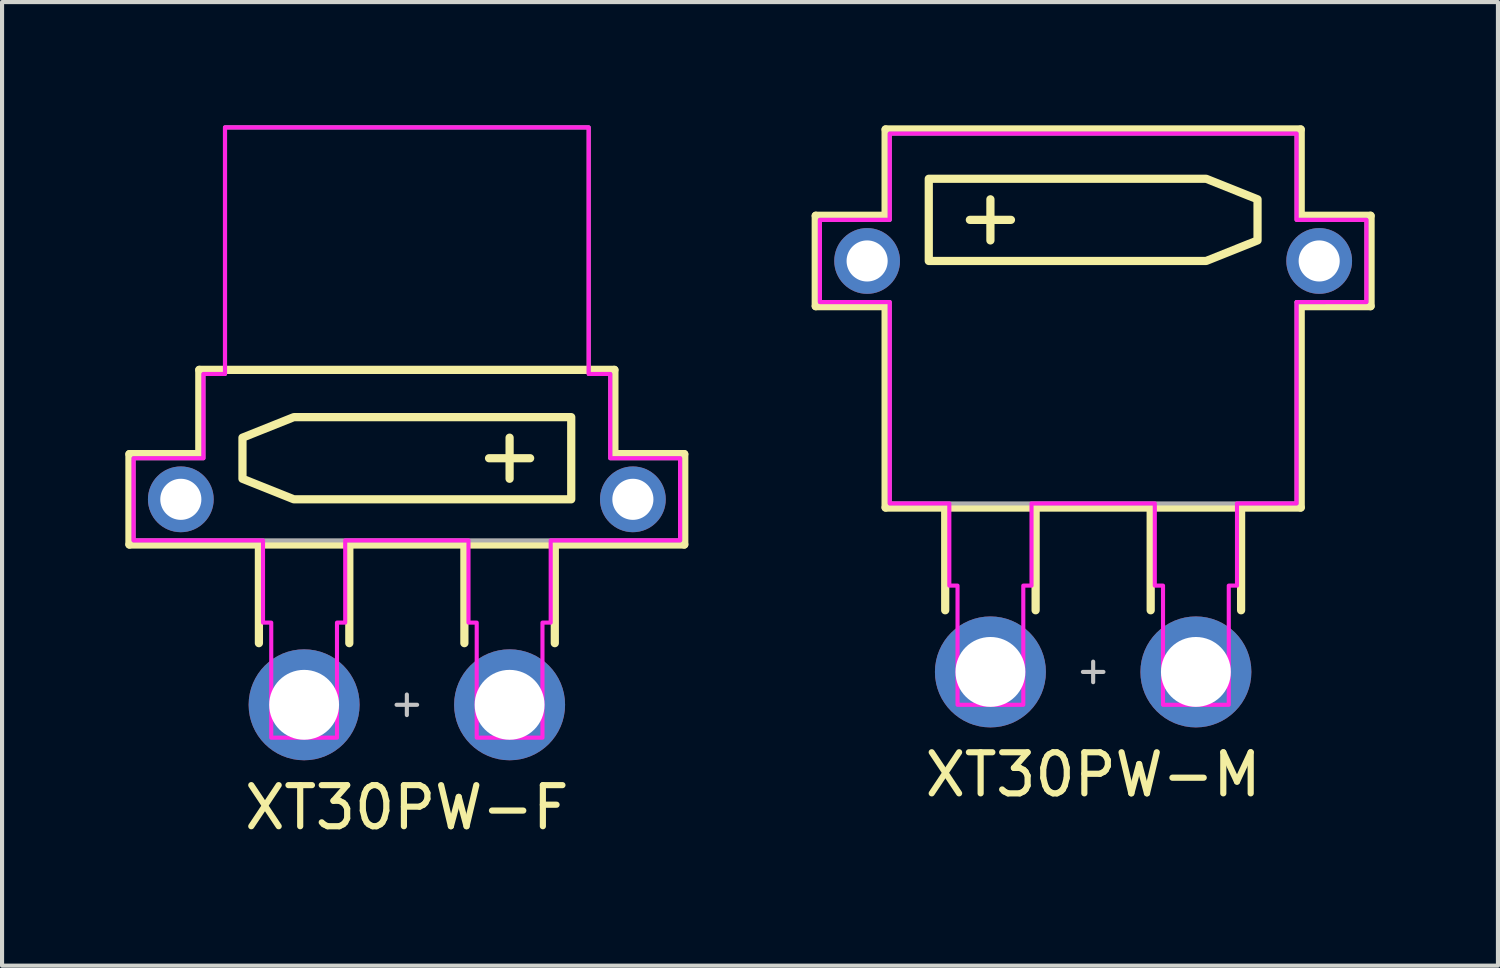
<source format=kicad_pcb>
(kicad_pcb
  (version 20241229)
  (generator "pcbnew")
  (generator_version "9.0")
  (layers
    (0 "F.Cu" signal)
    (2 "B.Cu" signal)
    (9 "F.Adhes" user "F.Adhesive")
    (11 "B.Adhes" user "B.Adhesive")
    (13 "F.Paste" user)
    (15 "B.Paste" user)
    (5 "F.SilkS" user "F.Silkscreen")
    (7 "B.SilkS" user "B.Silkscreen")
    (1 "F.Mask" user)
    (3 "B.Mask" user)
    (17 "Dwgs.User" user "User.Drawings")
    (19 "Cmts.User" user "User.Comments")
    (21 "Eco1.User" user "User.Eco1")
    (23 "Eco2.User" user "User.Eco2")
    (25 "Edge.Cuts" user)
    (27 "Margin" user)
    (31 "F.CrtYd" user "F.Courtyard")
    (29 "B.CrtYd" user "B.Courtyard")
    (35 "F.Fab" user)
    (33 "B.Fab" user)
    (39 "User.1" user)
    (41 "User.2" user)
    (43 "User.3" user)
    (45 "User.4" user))
  (footprint "XT30PW-F"
    (layer "F.Cu")
    (at 6.85 14.1)
    (property "Reference" "XT30PW-F" (at 0 2.5 0) (layer "F.SilkS") (effects (font (size 1 1) (thickness 0.15))))
    (attr through_hole)
    (fp_line (start -6.75 -6.1) (end -5.05 -6.1) (stroke (width 0.2) (type solid)) (layer "F.SilkS"))
    (fp_line (start -6.75 -3.9) (end -6.75 -6.1) (stroke (width 0.2) (type solid)) (layer "F.SilkS"))
    (fp_line (start -5.05 -8.15) (end 5.05 -8.15) (stroke (width 0.2) (type solid)) (layer "F.SilkS"))
    (fp_line (start -5.05 -6.1) (end -5.05 -8.15) (stroke (width 0.2) (type solid)) (layer "F.SilkS"))
    (fp_line (start -3.6 -1.5) (end -3.6 -3.9) (stroke (width 0.2) (type solid)) (layer "F.SilkS"))
    (fp_line (start -1.4 -3.9) (end -1.4 -1.5) (stroke (width 0.2) (type solid)) (layer "F.SilkS"))
    (fp_line (start 1.4 -3.9) (end 1.4 -1.5) (stroke (width 0.2) (type solid)) (layer "F.SilkS"))
    (fp_line (start 2 -6) (end 3 -6) (stroke (width 0.2) (type solid)) (layer "F.SilkS"))
    (fp_line (start 2.5 -6.5) (end 2.5 -5.5) (stroke (width 0.2) (type solid)) (layer "F.SilkS"))
    (fp_line (start 3.6 -3.9) (end 3.6 -1.5) (stroke (width 0.2) (type solid)) (layer "F.SilkS"))
    (fp_line (start 5.05 -8.15) (end 5.05 -6.1) (stroke (width 0.2) (type solid)) (layer "F.SilkS"))
    (fp_line (start 5.05 -6.1) (end 6.75 -6.1) (stroke (width 0.2) (type solid)) (layer "F.SilkS"))
    (fp_line (start 6.75 -6.1) (end 6.75 -3.9) (stroke (width 0.2) (type solid)) (layer "F.SilkS"))
    (fp_line (start 6.75 -3.9) (end -6.75 -3.9) (stroke (width 0.2) (type solid)) (layer "F.SilkS"))
    (fp_poly (pts (xy 4 -5) (xy -2.75 -5) (xy -4 -5.5) (xy -4 -6.5) (xy -2.75 -7) (xy 4 -7)) (stroke (width 0.2) (type solid)) (fill no) (layer "F.SilkS"))
    (fp_line (start -0.25 0) (end 0.25 0) (stroke (width 0.1) (type solid)) (layer "Dwgs.User"))
    (fp_line (start 0 -0.25) (end 0 0.25) (stroke (width 0.1) (type solid)) (layer "Dwgs.User"))
    (fp_poly (pts (xy 4.425 -8.05) (xy 4.95 -8.05) (xy 4.95 -6) (xy 6.65 -6) (xy 6.65 -4) (xy 3.5 -4) (xy 3.5 -2) (xy 3.3 -2) (xy 3.3 0.8) (xy 1.7 0.8) (xy 1.7 -2) (xy 1.5 -2) (xy 1.5 -4) (xy -1.5 -4) (xy -1.5 -2) (xy -1.7 -2) (xy -1.7 0.8) (xy -3.3 0.8) (xy -3.3 -2) (xy -3.5 -2) (xy -3.5 -4) (xy -6.65 -4) (xy -6.65 -6) (xy -4.95 -6) (xy -4.95 -8.05) (xy -4.425 -8.05) (xy -4.425 -14.05) (xy 4.425 -14.05)) (stroke (width 0.1) (type solid)) (fill no) (layer "F.CrtYd"))
    (fp_poly (pts (xy 4.425 -8.05) (xy 4.95 -8.05) (xy 4.95 -6) (xy 6.65 -6) (xy 6.65 -4) (xy -6.65 -4) (xy -6.65 -6) (xy -4.95 -6) (xy -4.95 -8.05) (xy -4.425 -8.05) (xy -4.425 -14.05) (xy 4.425 -14.05)) (stroke (width 0.1) (type solid)) (fill no) (layer "F.Fab"))
    (pad "1" thru_hole oval (at 2.5 0) (size 2.7 2.7) (drill 1.7) (layers "*.Cu" "*.Mask"))
    (pad "2" thru_hole circle (at -2.5 0) (size 2.7 2.7) (drill 1.7) (layers "*.Cu" "*.Mask"))
    (pad "WP" thru_hole circle (at -5.5 -5 90) (size 1.6 1.6) (drill 1) (layers "*.Cu" "*.Mask"))
    (pad "WP" thru_hole circle (at 5.5 -5) (size 1.6 1.6) (drill 1) (layers "*.Cu" "*.Mask")))
  (footprint "XT30PW-M"
    (layer "F.Cu")
    (at 23.55 13.3)
    (property "Reference" "XT30PW-M" (at 0 2.5 0) (layer "F.SilkS") (effects (font (size 1 1) (thickness 0.15))))
    (attr through_hole)
    (fp_line (start -6.75 -11.1) (end -6.75 -8.9) (stroke (width 0.2) (type solid)) (layer "F.SilkS"))
    (fp_line (start -6.75 -8.9) (end -5.05 -8.9) (stroke (width 0.2) (type solid)) (layer "F.SilkS"))
    (fp_line (start -5.05 -13.2) (end -5.05 -11.1) (stroke (width 0.2) (type solid)) (layer "F.SilkS"))
    (fp_line (start -5.05 -11.1) (end -6.75 -11.1) (stroke (width 0.2) (type solid)) (layer "F.SilkS"))
    (fp_line (start -5.05 -8.9) (end -5.05 -4) (stroke (width 0.2) (type solid)) (layer "F.SilkS"))
    (fp_line (start -5.05 -4) (end 5.05 -4) (stroke (width 0.2) (type solid)) (layer "F.SilkS"))
    (fp_line (start -3.6 -4) (end -3.6 -1.5) (stroke (width 0.2) (type solid)) (layer "F.SilkS"))
    (fp_line (start -2.5 -10.5) (end -2.5 -11.5) (stroke (width 0.2) (type solid)) (layer "F.SilkS"))
    (fp_line (start -2 -11) (end -3 -11) (stroke (width 0.2) (type solid)) (layer "F.SilkS"))
    (fp_line (start -1.4 -1.5) (end -1.4 -4) (stroke (width 0.2) (type solid)) (layer "F.SilkS"))
    (fp_line (start 1.4 -4) (end 1.4 -1.5) (stroke (width 0.2) (type solid)) (layer "F.SilkS"))
    (fp_line (start 3.6 -1.5) (end 3.6 -4) (stroke (width 0.2) (type solid)) (layer "F.SilkS"))
    (fp_line (start 5.05 -13.2) (end -5.05 -13.2) (stroke (width 0.2) (type solid)) (layer "F.SilkS"))
    (fp_line (start 5.05 -11.1) (end 5.05 -13.2) (stroke (width 0.2) (type solid)) (layer "F.SilkS"))
    (fp_line (start 5.05 -8.9) (end 6.75 -8.9) (stroke (width 0.2) (type solid)) (layer "F.SilkS"))
    (fp_line (start 5.05 -4) (end 5.05 -8.9) (stroke (width 0.2) (type solid)) (layer "F.SilkS"))
    (fp_line (start 6.75 -11.1) (end 5.05 -11.1) (stroke (width 0.2) (type solid)) (layer "F.SilkS"))
    (fp_line (start 6.75 -8.9) (end 6.75 -11.1) (stroke (width 0.2) (type solid)) (layer "F.SilkS"))
    (fp_poly (pts (xy -4 -12) (xy 2.75 -12) (xy 4 -11.5) (xy 4 -10.5) (xy 2.75 -10) (xy -4 -10)) (stroke (width 0.2) (type solid)) (fill no) (layer "F.SilkS"))
    (fp_line (start -0.25 0) (end 0.25 0) (stroke (width 0.1) (type solid)) (layer "Dwgs.User"))
    (fp_line (start 0 -0.25) (end 0 0.25) (stroke (width 0.1) (type solid)) (layer "Dwgs.User"))
    (fp_poly (pts (xy 4.95 -11) (xy 6.65 -11) (xy 6.65 -9) (xy 4.95 -9) (xy 4.95 -4.1) (xy 3.5 -4.1) (xy 3.5 -2.1) (xy 3.3 -2.1) (xy 3.3 0.8) (xy 1.7 0.8) (xy 1.7 -2.1) (xy 1.5 -2.1) (xy 1.5 -4.1) (xy -1.5 -4.1) (xy -1.5 -2.1) (xy -1.7 -2.1) (xy -1.7 0.8) (xy -3.3 0.8) (xy -3.3 -2.1) (xy -3.5 -2.1) (xy -3.5 -4.1) (xy -4.95 -4.1) (xy -4.95 -9) (xy -6.65 -9) (xy -6.65 -11) (xy -4.95 -11) (xy -4.95 -13.1) (xy 4.95 -13.1)) (stroke (width 0.1) (type solid)) (fill no) (layer "F.CrtYd"))
    (fp_line (start 4.95 -9) (end 5.65 -9) (stroke (width 0.1) (type solid)) (layer "F.Fab"))
    (fp_poly (pts (xy 4.95 -11) (xy 6.65 -11) (xy 6.65 -9) (xy 4.95 -9) (xy 4.95 -4.1) (xy -4.95 -4.1) (xy -4.95 -9) (xy -6.65 -9) (xy -6.65 -11) (xy -4.95 -11) (xy -4.95 -13.1) (xy 4.95 -13.1)) (stroke (width 0.1) (type solid)) (fill no) (layer "F.Fab"))
    (pad "1" thru_hole oval (at -2.5 0) (size 2.7 2.7) (drill oval 1.7) (layers "*.Cu" "*.Mask"))
    (pad "2" thru_hole circle (at 2.5 0) (size 2.7 2.7) (drill 1.7) (layers "*.Cu" "*.Mask"))
    (pad "WP" thru_hole oval (at -5.5 -10) (size 1.6 1.6) (drill 1) (layers "*.Cu" "*.Mask"))
    (pad "WP" thru_hole circle (at 5.5 -10) (size 1.6 1.6) (drill 1) (layers "*.Cu" "*.Mask")))
  (gr_rect
    (start -3 -3)
    (end 33.4 20.448)
    (stroke (width 0.1) (type default))
    (fill no)
    (layer "Edge.Cuts")))
</source>
